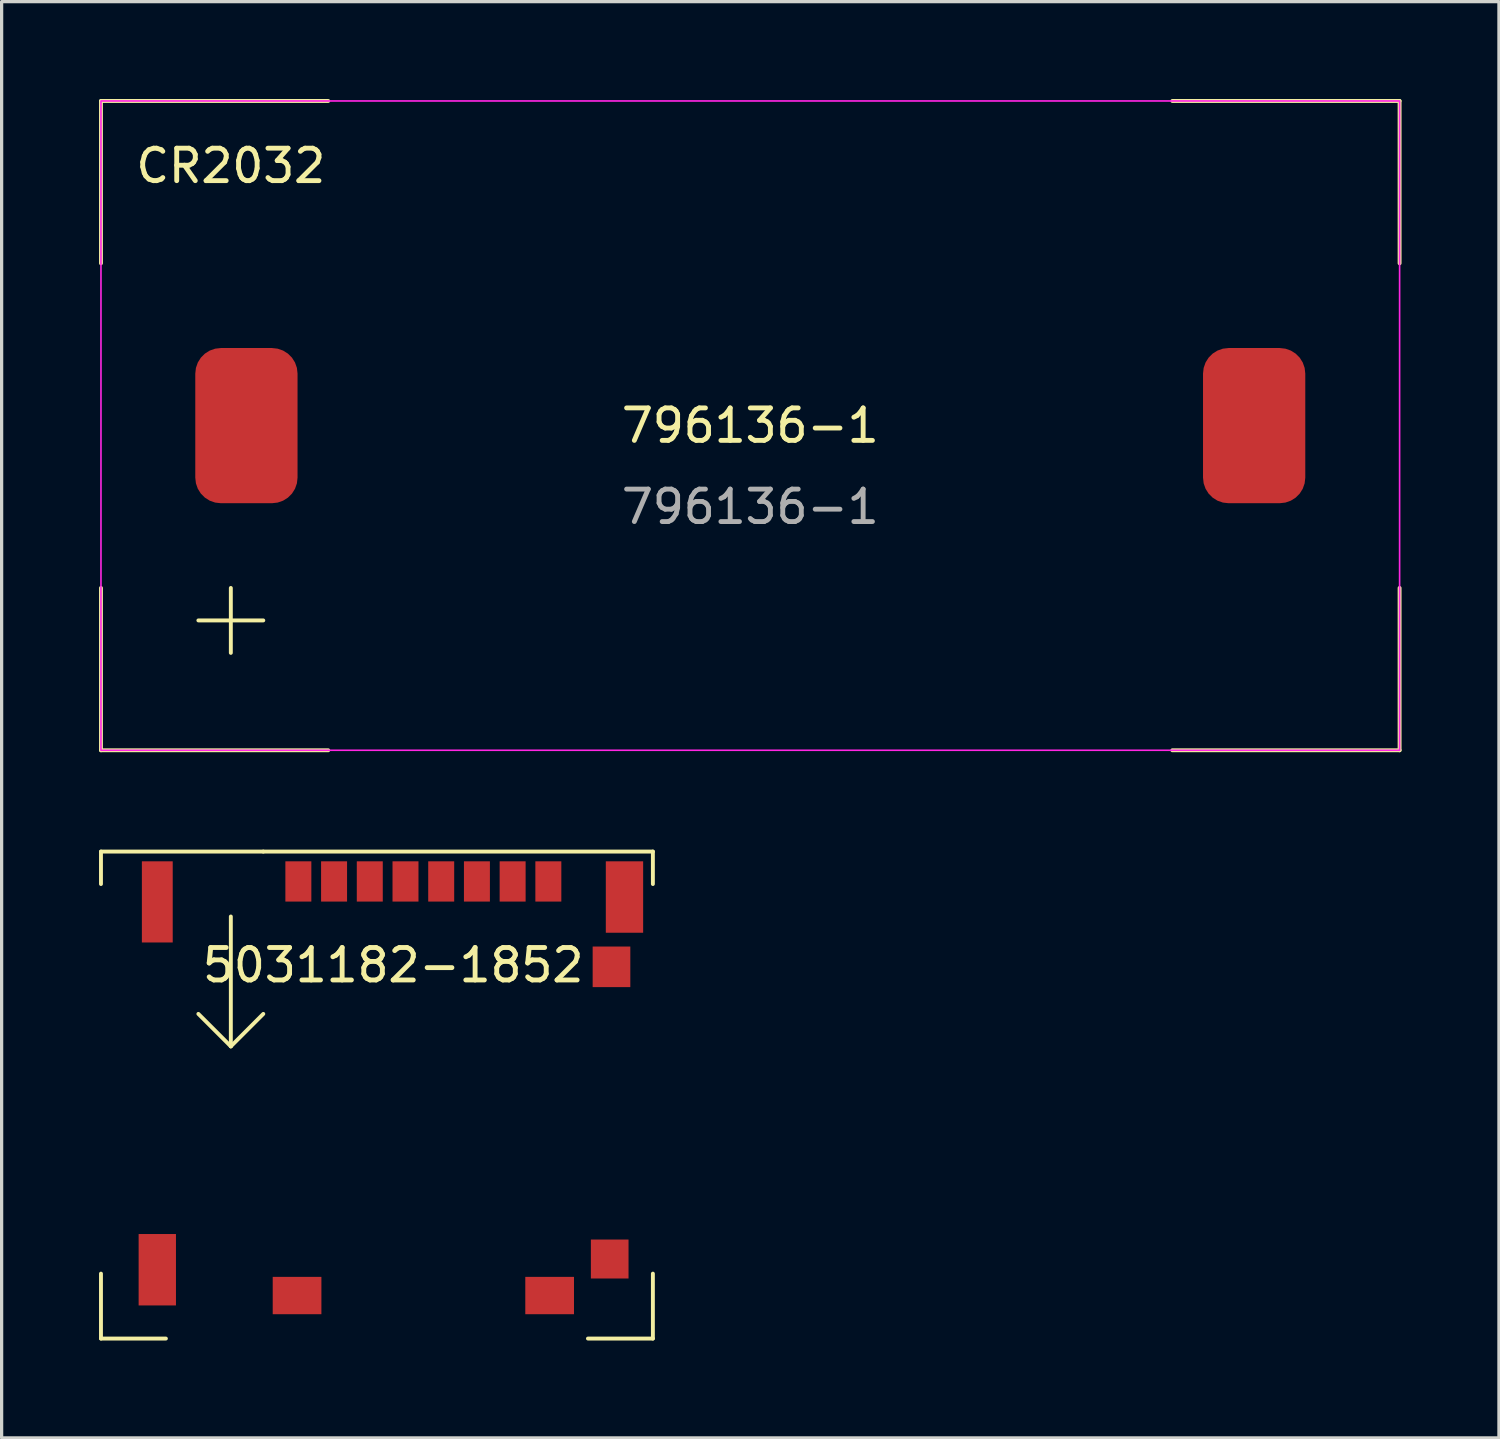
<source format=kicad_pcb>
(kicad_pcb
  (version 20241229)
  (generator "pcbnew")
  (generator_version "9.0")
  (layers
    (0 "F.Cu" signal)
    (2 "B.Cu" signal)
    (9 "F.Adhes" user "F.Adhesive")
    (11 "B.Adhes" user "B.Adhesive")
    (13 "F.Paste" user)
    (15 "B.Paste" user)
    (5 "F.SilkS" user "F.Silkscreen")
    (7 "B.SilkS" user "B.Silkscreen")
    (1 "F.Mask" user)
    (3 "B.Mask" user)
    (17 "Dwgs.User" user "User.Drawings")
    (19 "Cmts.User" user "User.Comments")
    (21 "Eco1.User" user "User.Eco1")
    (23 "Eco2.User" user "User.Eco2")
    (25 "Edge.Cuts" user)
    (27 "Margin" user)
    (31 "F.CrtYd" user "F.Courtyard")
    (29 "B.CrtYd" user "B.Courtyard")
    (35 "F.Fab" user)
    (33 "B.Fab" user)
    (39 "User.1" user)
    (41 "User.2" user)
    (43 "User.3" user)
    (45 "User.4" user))
  (footprint "796136-1"
    (layer "F.Cu")
    (at 20.06 10.06)
    (property "Reference" "796136-1" (at 0 0 0) (unlocked yes) (layer "F.SilkS") (effects (font (size 1 1) (thickness 0.15))))
    (attr smd)
    (fp_line (start -20 -10) (end -20 -5) (stroke (width 0.12) (type solid)) (layer "F.SilkS"))
    (fp_line (start -20 -10) (end -13 -10) (stroke (width 0.12) (type solid)) (layer "F.SilkS"))
    (fp_line (start -20 10) (end -20 5) (stroke (width 0.12) (type solid)) (layer "F.SilkS"))
    (fp_line (start -17 6) (end -15 6) (stroke (width 0.12) (type solid)) (layer "F.SilkS"))
    (fp_line (start -16 7) (end -16 5) (stroke (width 0.12) (type solid)) (layer "F.SilkS"))
    (fp_line (start -13 10) (end -20 10) (stroke (width 0.12) (type solid)) (layer "F.SilkS"))
    (fp_line (start 20 -10) (end 13 -10) (stroke (width 0.12) (type solid)) (layer "F.SilkS"))
    (fp_line (start 20 -5) (end 20 -10) (stroke (width 0.12) (type solid)) (layer "F.SilkS"))
    (fp_line (start 20 10) (end 13 10) (stroke (width 0.12) (type solid)) (layer "F.SilkS"))
    (fp_line (start 20 10) (end 20 5) (stroke (width 0.12) (type solid)) (layer "F.SilkS"))
    (fp_rect (start -20 -10) (end 20 10) (stroke (width 0.05) (type solid)) (fill no) (layer "F.CrtYd"))
    (fp_text user "CR2032" (at -16 -8 0) (unlocked yes) (layer "F.SilkS") (effects (font (size 1 1) (thickness 0.15))))
    (fp_text user "${REFERENCE}" (at 0 2.5 0) (unlocked yes) (layer "F.Fab") (effects (font (size 1 1) (thickness 0.15))))
    (pad "1" smd roundrect (at -15.52 0) (size 3.15 4.78) (layers "F.Cu" "F.Mask" "F.Paste") (roundrect_rratio 0.25))
    (pad "2" smd roundrect (at 15.52 0) (size 3.15 4.78) (layers "F.Cu" "F.Mask" "F.Paste") (roundrect_rratio 0.25)))
  (footprint "5031182-1852"
    (layer "F.Cu")
    (at 9.06 27.18)
    (property "Reference" "5031182-1852" (at 0 -0.5 0) (unlocked yes) (layer "F.SilkS") (effects (font (size 1 1) (thickness 0.15))))
    (attr smd)
    (fp_line (start -9 -4) (end -9 -3) (stroke (width 0.12) (type solid)) (layer "F.SilkS"))
    (fp_line (start -9 -4) (end -4 -4) (stroke (width 0.12) (type solid)) (layer "F.SilkS"))
    (fp_line (start -9 9) (end -9 11) (stroke (width 0.12) (type solid)) (layer "F.SilkS"))
    (fp_line (start -9 11) (end -7 11) (stroke (width 0.12) (type solid)) (layer "F.SilkS"))
    (fp_line (start -5 -2) (end -5 2) (stroke (width 0.12) (type solid)) (layer "F.SilkS"))
    (fp_line (start -5 2) (end -6 1) (stroke (width 0.12) (type solid)) (layer "F.SilkS"))
    (fp_line (start -5 2) (end -4 1) (stroke (width 0.12) (type solid)) (layer "F.SilkS"))
    (fp_line (start -4 -4) (end 8 -4) (stroke (width 0.12) (type solid)) (layer "F.SilkS"))
    (fp_line (start 6 11) (end 8 11) (stroke (width 0.12) (type solid)) (layer "F.SilkS"))
    (fp_line (start 8 -4) (end 8 -3) (stroke (width 0.12) (type solid)) (layer "F.SilkS"))
    (fp_line (start 8 11) (end 8 9) (stroke (width 0.12) (type solid)) (layer "F.SilkS"))
    (pad "1" smd rect (at -2.92 -3.08) (size 0.8 1.24) (layers "F.Cu" "F.Mask" "F.Paste"))
    (pad "2" smd rect (at -1.82 -3.08) (size 0.8 1.24) (layers "F.Cu" "F.Mask" "F.Paste"))
    (pad "3" smd rect (at -0.72 -3.08) (size 0.8 1.24) (layers "F.Cu" "F.Mask" "F.Paste"))
    (pad "4" smd rect (at 0.38 -3.08) (size 0.8 1.24) (layers "F.Cu" "F.Mask" "F.Paste"))
    (pad "5" smd rect (at 1.48 -3.08) (size 0.8 1.24) (layers "F.Cu" "F.Mask" "F.Paste"))
    (pad "6" smd rect (at 2.58 -3.08) (size 0.8 1.24) (layers "F.Cu" "F.Mask" "F.Paste"))
    (pad "7" smd rect (at 3.68 -3.08) (size 0.8 1.24) (layers "F.Cu" "F.Mask" "F.Paste"))
    (pad "8" smd rect (at 4.78 -3.08) (size 0.8 1.24) (layers "F.Cu" "F.Mask" "F.Paste"))
    (pad "9" smd rect (at -7.265 -2.45) (size 0.95 2.5) (layers "F.Cu" "F.Mask" "F.Paste"))
    (pad "10" smd rect (at 7.125 -2.6) (size 1.15 2.2) (layers "F.Cu" "F.Mask" "F.Paste"))
    (pad "11" smd rect (at 6.725 -0.45) (size 1.16 1.25) (layers "F.Cu" "F.Mask" "F.Paste"))
    (pad "12" smd rect (at 6.67 8.55) (size 1.16 1.2) (layers "F.Cu" "F.Mask" "F.Paste"))
    (pad "13" smd rect (at 4.82 9.675 90) (size 1.15 1.5) (layers "F.Cu" "F.Mask" "F.Paste"))
    (pad "14" smd rect (at -2.96 9.675 90) (size 1.15 1.5) (layers "F.Cu" "F.Mask" "F.Paste"))
    (pad "15" smd rect (at -7.265 8.88) (size 1.15 2.2) (layers "F.Cu" "F.Mask" "F.Paste")))
  (gr_rect
    (start -3 -3)
    (end 43.12 41.24)
    (stroke (width 0.1) (type default))
    (fill no)
    (layer "Edge.Cuts")))
</source>
